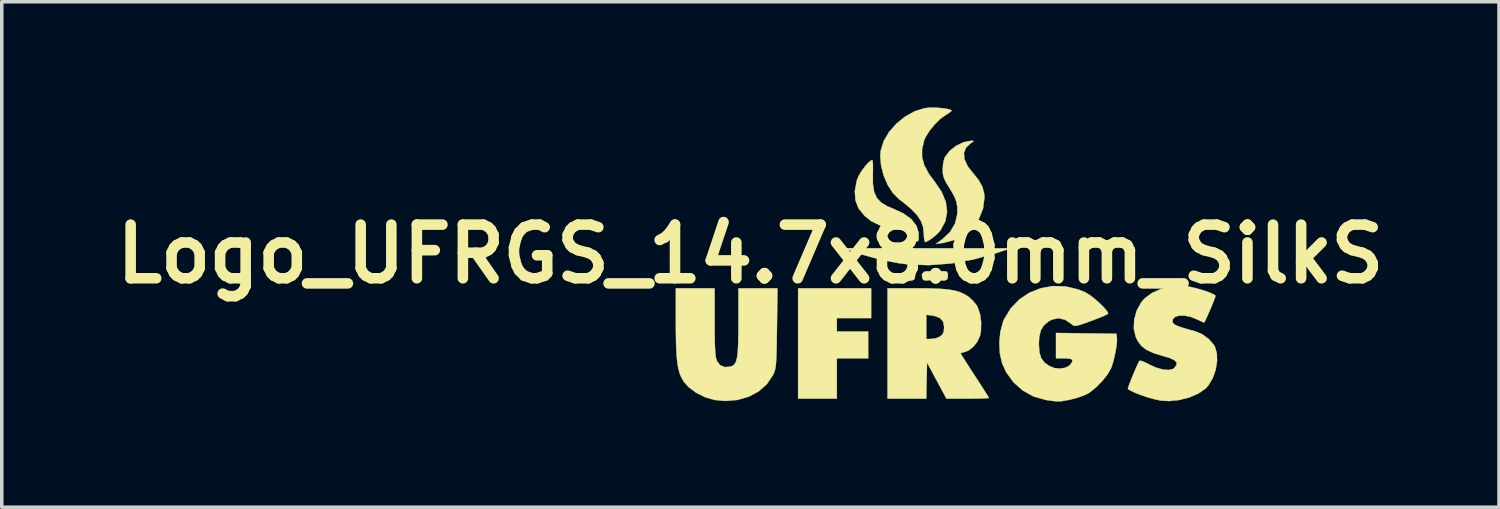
<source format=kicad_pcb>
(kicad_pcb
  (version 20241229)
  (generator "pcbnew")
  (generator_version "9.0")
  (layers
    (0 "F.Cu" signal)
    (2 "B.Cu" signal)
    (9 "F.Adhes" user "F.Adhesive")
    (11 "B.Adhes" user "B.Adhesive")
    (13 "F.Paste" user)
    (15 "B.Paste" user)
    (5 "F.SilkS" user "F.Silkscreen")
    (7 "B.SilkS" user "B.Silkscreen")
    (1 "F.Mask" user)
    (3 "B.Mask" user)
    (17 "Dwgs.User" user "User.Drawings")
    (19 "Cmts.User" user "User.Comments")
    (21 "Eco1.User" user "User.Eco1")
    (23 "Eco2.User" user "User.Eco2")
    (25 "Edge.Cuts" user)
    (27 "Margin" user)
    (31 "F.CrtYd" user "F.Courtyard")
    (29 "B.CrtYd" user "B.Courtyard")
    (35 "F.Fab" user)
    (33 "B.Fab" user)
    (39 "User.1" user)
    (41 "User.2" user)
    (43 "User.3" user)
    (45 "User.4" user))
  (footprint "Logo_UFRGS_14.7x8.0mm_SilkS"
    (layer "F.Cu")
    (at 23.847 4.163)
    (property "Reference" "Logo_UFRGS_14.7x8.0mm_SilkS" (at -5.588 0 0) (layer "F.SilkS") (effects (font (size 1.524 1.524) (thickness 0.3))))
    (attr exclude_from_pos_files exclude_from_bom)
    (fp_poly (pts (xy -2.159 1.82) (xy -3.133 1.82) (xy -3.133 2.201) (xy -2.244 2.201) (xy -2.244 2.963) (xy -3.133 2.963) (xy -3.133 4.106) (xy -4.233 4.106) (xy -4.233 0.974) (xy -2.159 0.974) (xy -2.159 1.82)) (stroke (width 0.01) (type solid)) (fill yes) (layer "F.SilkS"))
    (fp_poly (pts (xy -0.481 0.497) (xy -0.448 0.547) (xy -0.445 0.614) (xy -0.457 0.707) (xy -0.512 0.746) (xy -0.561 0.754) (xy -0.665 0.743) (xy -0.702 0.704) (xy -0.719 0.584) (xy -0.667 0.509) (xy -0.571 0.487) (xy -0.481 0.497)) (stroke (width 0.01) (type solid)) (fill yes) (layer "F.SilkS"))
    (fp_poly (pts (xy -0.016 0.497) (xy 0.017 0.547) (xy 0.021 0.614) (xy 0.008 0.707) (xy -0.047 0.746) (xy -0.095 0.754) (xy -0.199 0.743) (xy -0.237 0.704) (xy -0.253 0.584) (xy -0.202 0.509) (xy -0.105 0.487) (xy -0.016 0.497)) (stroke (width 0.01) (type solid)) (fill yes) (layer "F.SilkS"))
    (fp_poly (pts (xy -1.014 0.472) (xy -0.938 0.5) (xy -0.912 0.573) (xy -0.91 0.614) (xy -0.923 0.707) (xy -0.978 0.746) (xy -1.024 0.754) (xy -1.133 0.738) (xy -1.181 0.686) (xy -1.197 0.585) (xy -1.147 0.505) (xy -1.05 0.47) (xy -1.014 0.472)) (stroke (width 0.01) (type solid)) (fill yes) (layer "F.SilkS"))
    (fp_poly (pts (xy -0.572 -0.162) (xy 1.799 -0.161) (xy 1.375 -0.02) (xy 0.744 0.156) (xy 0.107 0.269) (xy -0.518 0.316) (xy -1.103 0.296) (xy -1.397 0.257) (xy -1.739 0.191) (xy -2.096 0.106) (xy -2.438 0.01) (xy -2.646 -0.058) (xy -2.942 -0.163) (xy -0.572 -0.162)) (stroke (width 0.01) (type solid)) (fill yes) (layer "F.SilkS"))
    (fp_poly (pts (xy -2.115 -2.628) (xy -2.108 -2.523) (xy -2.108 -2.371) (xy -2.11 -2.282) (xy -2.109 -1.99) (xy -2.075 -1.765) (xy -1.999 -1.593) (xy -1.875 -1.46) (xy -1.694 -1.353) (xy -1.545 -1.292) (xy -1.244 -1.153) (xy -1.019 -0.99) (xy -0.874 -0.802) (xy -0.808 -0.593) (xy -0.811 -0.424) (xy -0.824 -0.368) (xy -0.849 -0.365) (xy -0.904 -0.419) (xy -0.941 -0.459) (xy -1.077 -0.586) (xy -1.233 -0.669) (xy -1.433 -0.718) (xy -1.564 -0.735) (xy -1.883 -0.801) (xy -2.155 -0.931) (xy -2.349 -1.088) (xy -2.516 -1.296) (xy -2.606 -1.526) (xy -2.622 -1.788) (xy -2.566 -2.087) (xy -2.561 -2.104) (xy -2.509 -2.226) (xy -2.426 -2.363) (xy -2.328 -2.495) (xy -2.232 -2.601) (xy -2.152 -2.661) (xy -2.127 -2.667) (xy -2.115 -2.628)) (stroke (width 0.01) (type solid)) (fill yes) (layer "F.SilkS"))
    (fp_poly (pts (xy 0.747 -3.21) (xy 0.729 -3.184) (xy 0.668 -3.144) (xy 0.534 -3.02) (xy 0.475 -2.865) (xy 0.492 -2.686) (xy 0.585 -2.489) (xy 0.722 -2.313) (xy 0.896 -2.098) (xy 1.003 -1.902) (xy 1.052 -1.704) (xy 1.058 -1.597) (xy 1.018 -1.289) (xy 0.904 -1.005) (xy 0.725 -0.755) (xy 0.49 -0.551) (xy 0.21 -0.401) (xy -0.107 -0.316) (xy -0.11 -0.316) (xy -0.318 -0.286) (xy -0.143 -0.415) (xy 0.079 -0.622) (xy 0.222 -0.861) (xy 0.287 -1.132) (xy 0.288 -1.332) (xy 0.265 -1.474) (xy 0.214 -1.614) (xy 0.124 -1.779) (xy 0.071 -1.864) (xy -0.029 -2.027) (xy -0.088 -2.148) (xy -0.118 -2.255) (xy -0.127 -2.373) (xy -0.127 -2.401) (xy -0.115 -2.556) (xy -0.086 -2.695) (xy -0.066 -2.747) (xy 0.067 -2.925) (xy 0.254 -3.073) (xy 0.468 -3.175) (xy 0.683 -3.216) (xy 0.699 -3.216) (xy 0.747 -3.21)) (stroke (width 0.01) (type solid)) (fill yes) (layer "F.SilkS"))
    (fp_poly (pts (xy -6.604 1.928) (xy -6.603 2.265) (xy -6.598 2.527) (xy -6.59 2.726) (xy -6.578 2.87) (xy -6.561 2.97) (xy -6.543 3.027) (xy -6.452 3.155) (xy -6.316 3.212) (xy -6.157 3.199) (xy -6.089 3.173) (xy -6.036 3.127) (xy -5.995 3.051) (xy -5.966 2.936) (xy -5.946 2.773) (xy -5.934 2.553) (xy -5.928 2.266) (xy -5.927 1.928) (xy -5.927 0.974) (xy -4.819 0.974) (xy -4.834 2.106) (xy -4.839 2.447) (xy -4.844 2.714) (xy -4.85 2.919) (xy -4.858 3.073) (xy -4.869 3.187) (xy -4.885 3.273) (xy -4.905 3.341) (xy -4.931 3.404) (xy -4.948 3.44) (xy -5.119 3.694) (xy -5.35 3.899) (xy -5.631 4.05) (xy -5.95 4.143) (xy -6.296 4.173) (xy -6.602 4.145) (xy -6.867 4.069) (xy -7.121 3.944) (xy -7.338 3.784) (xy -7.475 3.63) (xy -7.542 3.52) (xy -7.595 3.397) (xy -7.635 3.251) (xy -7.665 3.07) (xy -7.685 2.845) (xy -7.698 2.564) (xy -7.704 2.216) (xy -7.705 1.933) (xy -7.705 0.974) (xy -6.604 0.974) (xy -6.604 1.928)) (stroke (width 0.01) (type solid)) (fill yes) (layer "F.SilkS"))
    (fp_poly (pts (xy -0.307 -4.155) (xy -0.14 -4.141) (xy 0.002 -4.12) (xy 0.098 -4.094) (xy 0.127 -4.07) (xy 0.093 -4.034) (xy 0.009 -3.978) (xy -0.025 -3.959) (xy -0.185 -3.846) (xy -0.352 -3.683) (xy -0.504 -3.497) (xy -0.616 -3.315) (xy -0.652 -3.232) (xy -0.713 -2.982) (xy -0.713 -2.749) (xy -0.649 -2.518) (xy -0.518 -2.274) (xy -0.349 -2.046) (xy -0.152 -1.756) (xy -0.037 -1.472) (xy -0.003 -1.197) (xy -0.051 -0.934) (xy -0.182 -0.686) (xy -0.212 -0.646) (xy -0.295 -0.559) (xy -0.404 -0.467) (xy -0.515 -0.389) (xy -0.601 -0.344) (xy -0.624 -0.339) (xy -0.644 -0.377) (xy -0.658 -0.476) (xy -0.662 -0.568) (xy -0.682 -0.759) (xy -0.742 -0.931) (xy -0.849 -1.098) (xy -1.013 -1.271) (xy -1.242 -1.462) (xy -1.367 -1.556) (xy -1.54 -1.729) (xy -1.689 -1.961) (xy -1.804 -2.231) (xy -1.877 -2.516) (xy -1.899 -2.794) (xy -1.887 -2.932) (xy -1.804 -3.203) (xy -1.651 -3.464) (xy -1.443 -3.7) (xy -1.196 -3.901) (xy -0.925 -4.052) (xy -0.643 -4.14) (xy -0.479 -4.158) (xy -0.307 -4.155)) (stroke (width 0.01) (type solid)) (fill yes) (layer "F.SilkS"))
    (fp_poly (pts (xy -0.857 0.974) (xy -0.494 0.977) (xy -0.202 0.988) (xy 0.03 1.008) (xy 0.216 1.04) (xy 0.368 1.085) (xy 0.499 1.146) (xy 0.609 1.216) (xy 0.733 1.327) (xy 0.839 1.461) (xy 0.862 1.501) (xy 0.932 1.701) (xy 0.965 1.942) (xy 0.959 2.184) (xy 0.935 2.316) (xy 0.859 2.486) (xy 0.739 2.637) (xy 0.598 2.745) (xy 0.503 2.78) (xy 0.416 2.803) (xy 0.381 2.821) (xy 0.403 2.86) (xy 0.464 2.959) (xy 0.557 3.104) (xy 0.673 3.285) (xy 0.783 3.453) (xy 0.914 3.655) (xy 1.027 3.831) (xy 1.115 3.969) (xy 1.17 4.059) (xy 1.185 4.088) (xy 1.146 4.094) (xy 1.036 4.1) (xy 0.872 4.104) (xy 0.668 4.106) (xy 0.582 4.106) (xy -0.021 4.106) (xy -0.572 3.083) (xy -0.595 4.106) (xy -1.693 4.106) (xy -1.693 2.413) (xy -0.593 2.413) (xy -0.463 2.413) (xy -0.336 2.397) (xy -0.241 2.364) (xy -0.144 2.298) (xy -0.098 2.21) (xy -0.085 2.072) (xy -0.085 2.07) (xy -0.116 1.917) (xy -0.213 1.813) (xy -0.379 1.754) (xy -0.42 1.748) (xy -0.593 1.725) (xy -0.593 2.413) (xy -1.693 2.413) (xy -1.693 0.974) (xy -0.857 0.974)) (stroke (width 0.01) (type solid)) (fill yes) (layer "F.SilkS"))
    (fp_poly (pts (xy 3.363 0.921) (xy 3.724 1.007) (xy 3.919 1.086) (xy 4.034 1.155) (xy 4.169 1.257) (xy 4.307 1.376) (xy 4.431 1.496) (xy 4.525 1.602) (xy 4.57 1.679) (xy 4.572 1.691) (xy 4.535 1.717) (xy 4.433 1.765) (xy 4.282 1.827) (xy 4.098 1.897) (xy 4.097 1.897) (xy 3.895 1.97) (xy 3.757 2.016) (xy 3.667 2.038) (xy 3.61 2.039) (xy 3.569 2.021) (xy 3.536 1.993) (xy 3.348 1.866) (xy 3.159 1.822) (xy 2.97 1.864) (xy 2.874 1.917) (xy 2.74 2.034) (xy 2.655 2.178) (xy 2.613 2.369) (xy 2.603 2.563) (xy 2.619 2.79) (xy 2.67 2.958) (xy 2.768 3.086) (xy 2.892 3.177) (xy 3.046 3.239) (xy 3.209 3.255) (xy 3.36 3.228) (xy 3.48 3.164) (xy 3.547 3.067) (xy 3.555 3.016) (xy 3.518 2.982) (xy 3.404 2.965) (xy 3.323 2.963) (xy 3.09 2.963) (xy 3.09 2.242) (xy 4.805 2.265) (xy 4.82 2.371) (xy 4.82 2.494) (xy 4.799 2.669) (xy 4.762 2.868) (xy 4.715 3.062) (xy 4.663 3.223) (xy 4.652 3.248) (xy 4.553 3.42) (xy 4.403 3.608) (xy 4.227 3.787) (xy 4.049 3.93) (xy 3.996 3.963) (xy 3.849 4.03) (xy 3.653 4.094) (xy 3.442 4.146) (xy 3.249 4.179) (xy 3.133 4.185) (xy 3.031 4.176) (xy 2.886 4.157) (xy 2.794 4.143) (xy 2.454 4.046) (xy 2.147 3.876) (xy 1.884 3.644) (xy 1.677 3.359) (xy 1.56 3.103) (xy 1.497 2.827) (xy 1.481 2.518) (xy 1.511 2.207) (xy 1.586 1.927) (xy 1.617 1.853) (xy 1.805 1.543) (xy 2.049 1.291) (xy 2.337 1.098) (xy 2.659 0.971) (xy 3.004 0.91) (xy 3.363 0.921)) (stroke (width 0.01) (type solid)) (fill yes) (layer "F.SilkS"))
    (fp_poly (pts (xy 6.859 0.925) (xy 7.02 0.96) (xy 7.193 1.007) (xy 7.359 1.06) (xy 7.498 1.113) (xy 7.592 1.159) (xy 7.62 1.187) (xy 7.605 1.24) (xy 7.565 1.346) (xy 7.509 1.484) (xy 7.446 1.633) (xy 7.384 1.773) (xy 7.333 1.883) (xy 7.302 1.942) (xy 7.297 1.947) (xy 7.251 1.93) (xy 7.158 1.886) (xy 7.11 1.862) (xy 6.924 1.787) (xy 6.745 1.75) (xy 6.59 1.749) (xy 6.472 1.784) (xy 6.407 1.854) (xy 6.4 1.918) (xy 6.416 1.963) (xy 6.458 2.002) (xy 6.538 2.042) (xy 6.668 2.088) (xy 6.858 2.144) (xy 7.06 2.199) (xy 7.25 2.283) (xy 7.431 2.418) (xy 7.572 2.579) (xy 7.601 2.629) (xy 7.659 2.822) (xy 7.664 3.054) (xy 7.622 3.299) (xy 7.537 3.534) (xy 7.414 3.736) (xy 7.34 3.818) (xy 7.138 3.96) (xy 6.88 4.072) (xy 6.592 4.146) (xy 6.299 4.176) (xy 6.075 4.163) (xy 5.903 4.128) (xy 5.704 4.073) (xy 5.502 4.005) (xy 5.321 3.934) (xy 5.184 3.867) (xy 5.131 3.831) (xy 5.14 3.79) (xy 5.175 3.692) (xy 5.228 3.556) (xy 5.29 3.404) (xy 5.353 3.256) (xy 5.409 3.132) (xy 5.449 3.051) (xy 5.46 3.034) (xy 5.511 3.035) (xy 5.611 3.072) (xy 5.726 3.131) (xy 5.927 3.225) (xy 6.122 3.28) (xy 6.291 3.294) (xy 6.415 3.264) (xy 6.448 3.24) (xy 6.515 3.15) (xy 6.514 3.073) (xy 6.44 3.006) (xy 6.29 2.943) (xy 6.141 2.9) (xy 5.867 2.817) (xy 5.664 2.724) (xy 5.515 2.61) (xy 5.408 2.465) (xy 5.357 2.36) (xy 5.3 2.123) (xy 5.311 1.864) (xy 5.382 1.607) (xy 5.51 1.375) (xy 5.607 1.261) (xy 5.819 1.104) (xy 6.086 0.988) (xy 6.383 0.92) (xy 6.688 0.906) (xy 6.859 0.925)) (stroke (width 0.01) (type solid)) (fill yes) (layer "F.SilkS")))
  (gr_rect
    (start -3 -3)
    (end 39.518 11.353)
    (stroke (width 0.1) (type default))
    (fill no)
    (layer "Edge.Cuts")))
</source>
